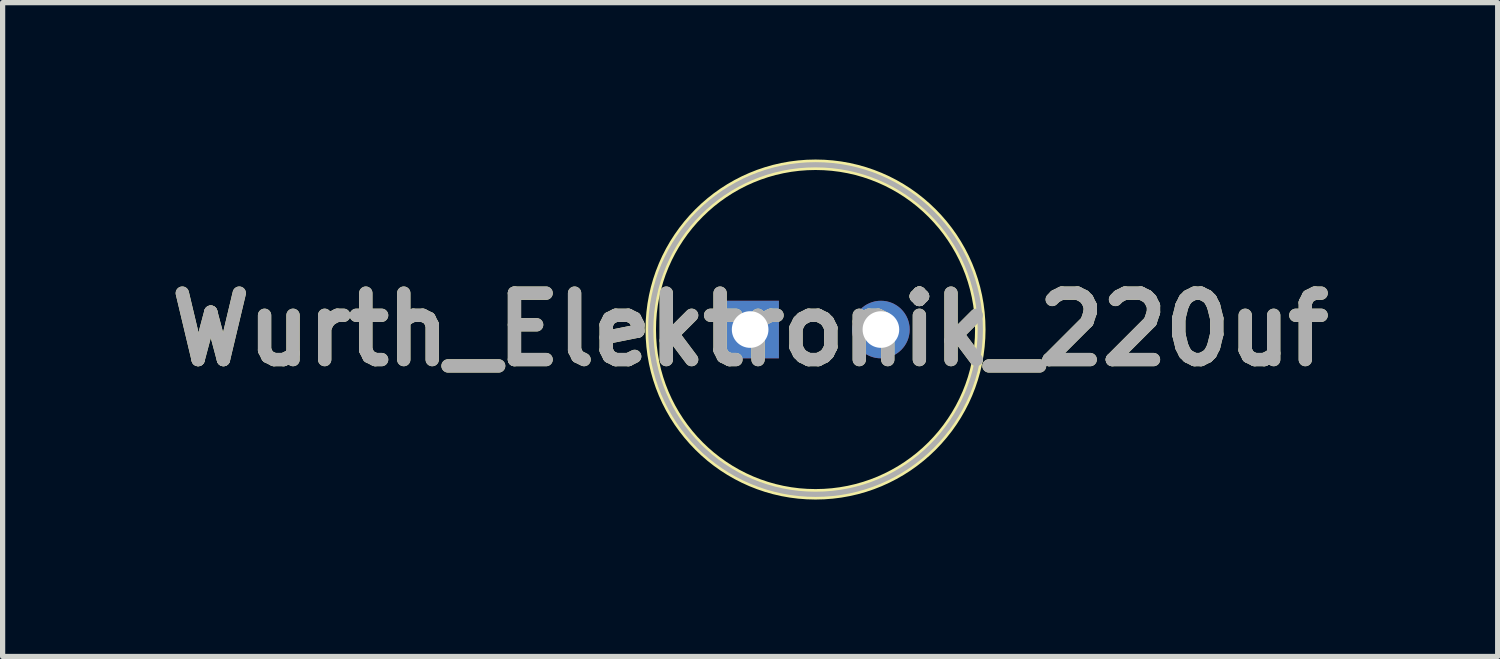
<source format=kicad_pcb>
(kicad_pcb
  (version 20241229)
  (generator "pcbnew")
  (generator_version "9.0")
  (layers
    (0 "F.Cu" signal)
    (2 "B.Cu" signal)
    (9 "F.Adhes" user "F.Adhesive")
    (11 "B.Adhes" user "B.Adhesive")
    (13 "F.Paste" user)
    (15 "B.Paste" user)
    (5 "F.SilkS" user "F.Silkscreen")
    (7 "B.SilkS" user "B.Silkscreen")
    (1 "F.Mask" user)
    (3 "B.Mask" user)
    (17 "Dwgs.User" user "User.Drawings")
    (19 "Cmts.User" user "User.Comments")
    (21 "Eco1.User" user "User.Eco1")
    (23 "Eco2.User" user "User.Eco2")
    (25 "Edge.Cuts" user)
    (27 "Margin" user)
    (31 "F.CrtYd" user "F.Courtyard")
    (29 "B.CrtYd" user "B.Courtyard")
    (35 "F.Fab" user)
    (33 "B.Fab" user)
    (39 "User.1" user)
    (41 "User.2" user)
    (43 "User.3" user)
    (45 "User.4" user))
  (footprint "Wurth_Elektronik_220uf"
    (layer "F.Cu")
    (at 11.291 3.25)
    (property "Reference" "Wurth_Elektronik_220uf" (at 0 0 0) (layer "F.SilkS") (effects (font (size 1.27 1.27) (thickness 0.254))))
    (attr through_hole)
    (fp_circle (center 1.25 0) (end 1.25 3.15) (stroke (width 0.2) (type solid)) (fill no) (layer "F.SilkS"))
    (fp_circle (center 1.25 0) (end 1.25 3.15) (stroke (width 0.1) (type solid)) (fill no) (layer "F.Fab"))
    (fp_text user "${REFERENCE}" (at 0 0 0) (layer "F.Fab") (effects (font (size 1.27 1.27) (thickness 0.254))))
    (pad "1" thru_hole rect (at 0 0) (size 1.1 1.1) (drill 0.7) (layers "*.Cu" "*.Mask"))
    (pad "2" thru_hole circle (at 2.5 0) (size 1.1 1.1) (drill 0.7) (layers "*.Cu" "*.Mask")))
  (gr_rect
    (start -3 -3)
    (end 25.582 9.5)
    (stroke (width 0.1) (type default))
    (fill no)
    (layer "Edge.Cuts")))
</source>
